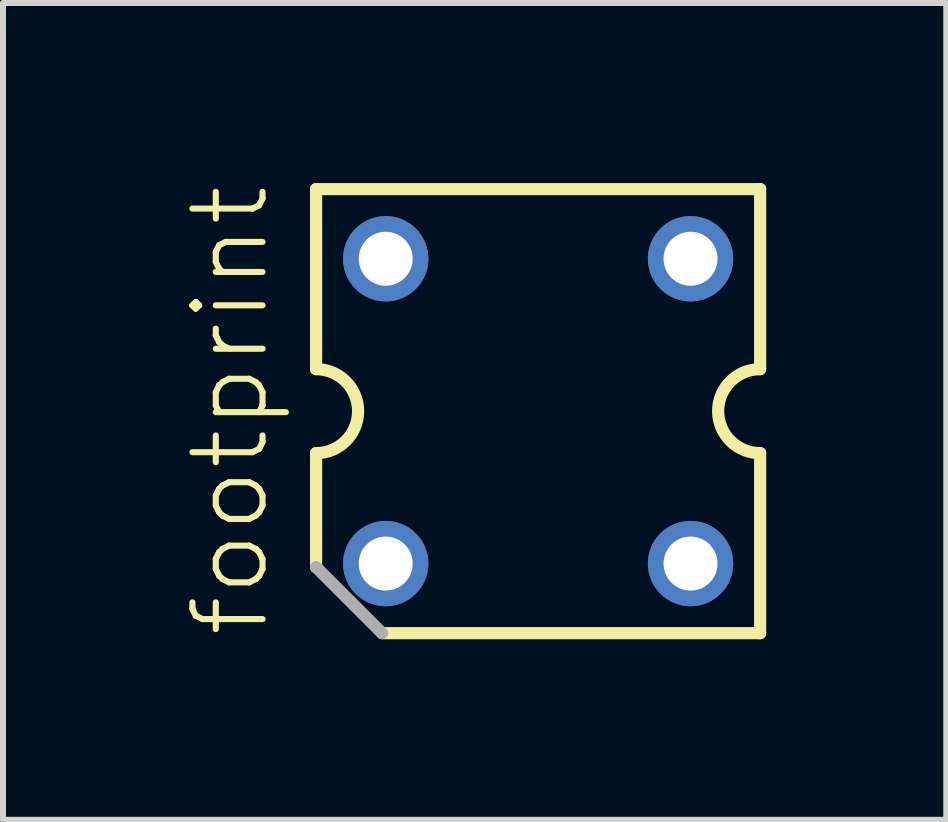
<source format=kicad_pcb>
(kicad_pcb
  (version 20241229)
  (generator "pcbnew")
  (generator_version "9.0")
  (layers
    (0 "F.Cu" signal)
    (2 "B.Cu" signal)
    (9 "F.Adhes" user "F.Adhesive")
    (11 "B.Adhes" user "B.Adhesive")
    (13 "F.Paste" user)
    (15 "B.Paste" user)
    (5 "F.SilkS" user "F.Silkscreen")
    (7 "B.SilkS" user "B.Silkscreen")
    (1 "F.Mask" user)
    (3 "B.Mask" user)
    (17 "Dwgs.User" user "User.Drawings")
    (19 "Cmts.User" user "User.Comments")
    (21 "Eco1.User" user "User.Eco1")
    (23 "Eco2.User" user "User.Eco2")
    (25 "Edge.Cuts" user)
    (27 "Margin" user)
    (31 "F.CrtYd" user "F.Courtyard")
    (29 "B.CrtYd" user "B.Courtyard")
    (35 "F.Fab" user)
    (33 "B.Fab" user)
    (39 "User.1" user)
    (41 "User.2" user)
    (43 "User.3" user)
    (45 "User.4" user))
  (footprint "footprint"
    (layer "F.Cu")
    (at 5.918 3.802)
    (property "Reference" "footprint" (at -4.445 3.81 90) (layer "F.SilkS") (effects (font (size 1.168 1.168) (thickness 0.102)) (justify left bottom)))
    (fp_line (start -3.7 -3.7) (end 3.7 -3.7) (stroke (width 0.203) (type solid)) (layer "F.SilkS"))
    (fp_line (start -3.7 -0.7) (end -3.7 -3.7) (stroke (width 0.203) (type solid)) (layer "F.SilkS"))
    (fp_line (start -3.7 2.6) (end -3.7 0.7) (stroke (width 0.203) (type solid)) (layer "F.SilkS"))
    (fp_line (start 3.7 -3.7) (end 3.7 -0.7) (stroke (width 0.203) (type solid)) (layer "F.SilkS"))
    (fp_line (start 3.7 0.7) (end 3.7 3.7) (stroke (width 0.203) (type solid)) (layer "F.SilkS"))
    (fp_line (start 3.7 3.7) (end -2.6 3.7) (stroke (width 0.203) (type solid)) (layer "F.SilkS"))
    (fp_arc (start -3.7 -0.7) (mid -3 0) (end -3.7 0.7) (stroke (width 0.2032) (type solid)) (layer "F.SilkS"))
    (fp_arc (start 3.7 0.7) (mid 3 0) (end 3.7 -0.7) (stroke (width 0.2032) (type solid)) (layer "F.SilkS"))
    (fp_line (start -2.6 3.7) (end -3.7 2.6) (stroke (width 0.203) (type solid)) (layer "F.Fab"))
    (pad "1" thru_hole circle (at -2.54 -2.54 180) (size 1.422 1.422) (drill 0.9) (layers "*.Cu" "*.Mask"))
    (pad "2" thru_hole circle (at 2.54 -2.54 180) (size 1.422 1.422) (drill 0.9) (layers "*.Cu" "*.Mask"))
    (pad "3" thru_hole circle (at -2.54 2.54 180) (size 1.422 1.422) (drill 0.9) (layers "*.Cu" "*.Mask"))
    (pad "4" thru_hole circle (at 2.54 2.54 180) (size 1.422 1.422) (drill 0.9) (layers "*.Cu" "*.Mask")))
  (gr_rect
    (start -3 -3)
    (end 12.72 10.612)
    (stroke (width 0.1) (type default))
    (fill no)
    (layer "Edge.Cuts")))
</source>
